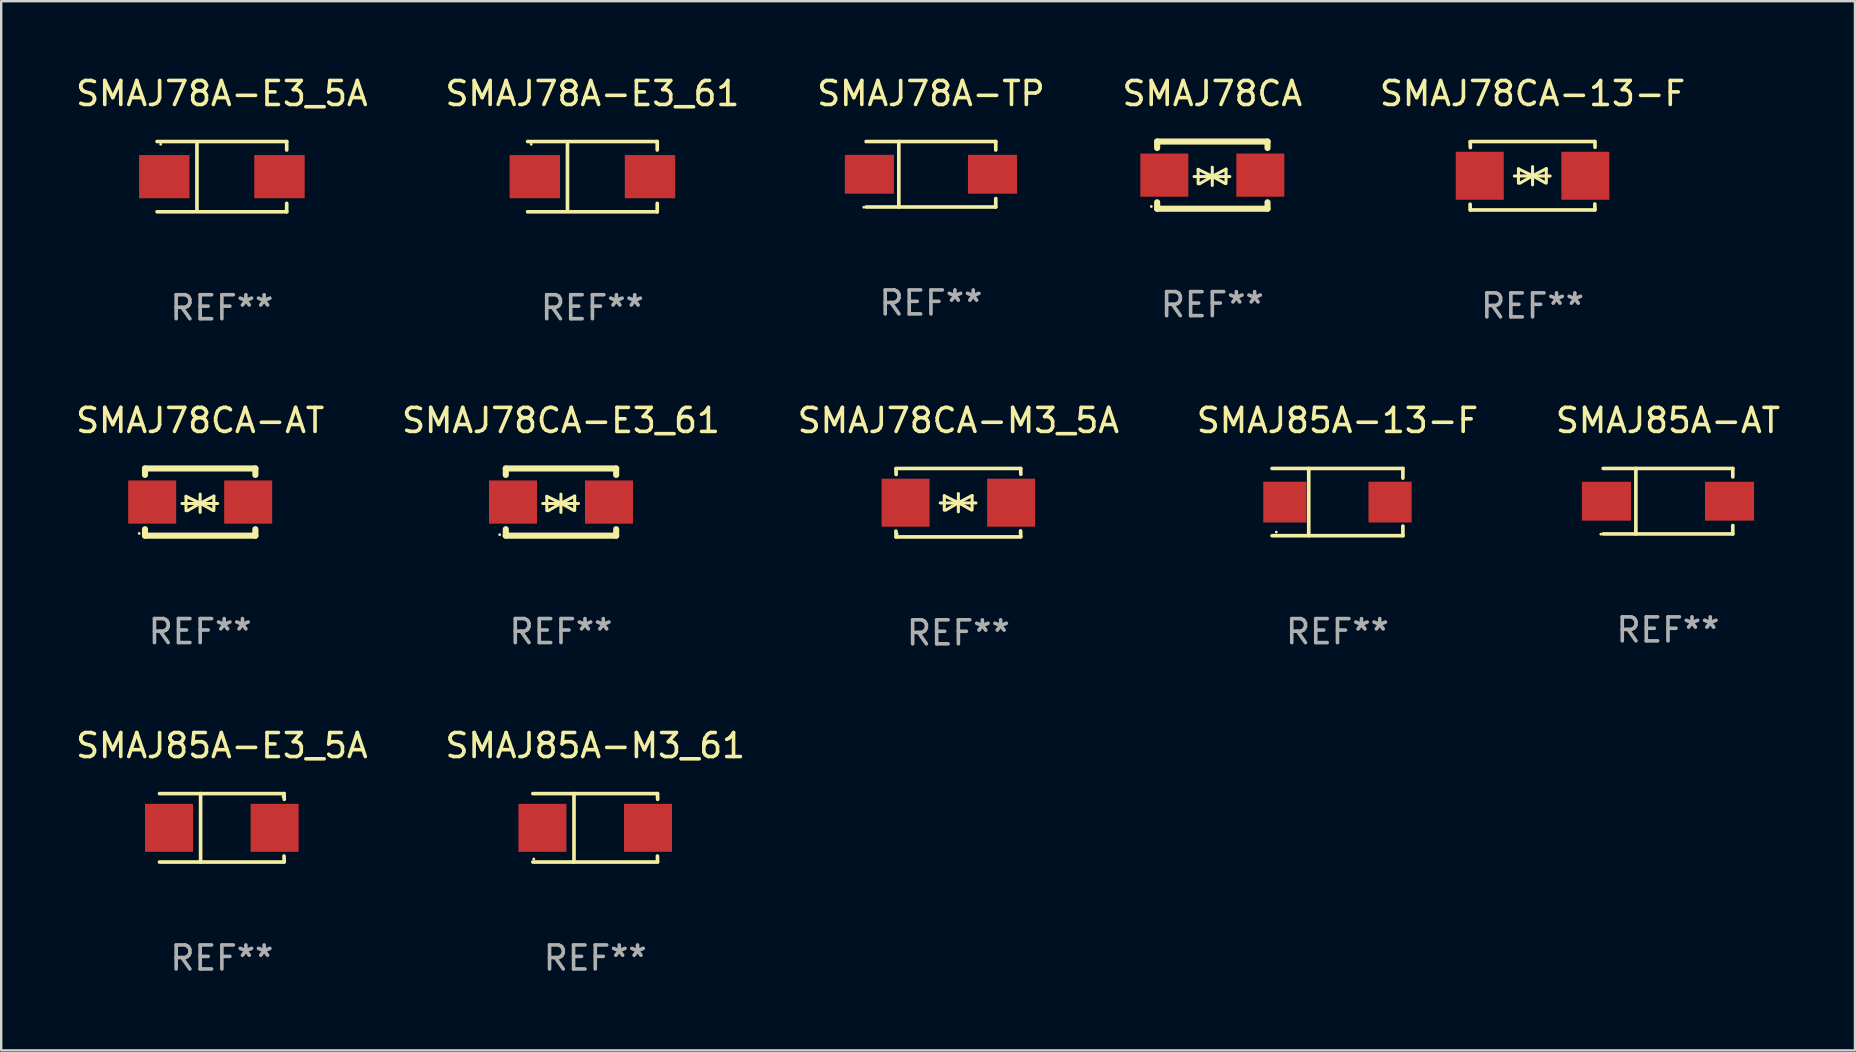
<source format=kicad_pcb>
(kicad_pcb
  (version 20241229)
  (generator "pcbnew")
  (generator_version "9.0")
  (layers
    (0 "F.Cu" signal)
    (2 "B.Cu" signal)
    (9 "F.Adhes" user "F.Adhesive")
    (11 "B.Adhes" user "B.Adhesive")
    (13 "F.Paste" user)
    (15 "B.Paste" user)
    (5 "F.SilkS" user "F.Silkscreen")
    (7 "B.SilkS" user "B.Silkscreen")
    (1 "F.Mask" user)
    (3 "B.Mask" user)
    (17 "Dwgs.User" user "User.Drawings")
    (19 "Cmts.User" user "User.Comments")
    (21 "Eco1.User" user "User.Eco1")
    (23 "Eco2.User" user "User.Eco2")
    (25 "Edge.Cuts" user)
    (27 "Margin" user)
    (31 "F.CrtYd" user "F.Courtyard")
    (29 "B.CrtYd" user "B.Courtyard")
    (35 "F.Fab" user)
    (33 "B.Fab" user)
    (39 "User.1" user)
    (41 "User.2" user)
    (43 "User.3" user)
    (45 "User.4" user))
  (footprint "SMAJ85A-E3_5A"
    (layer "F.Cu")
    (at 6.196 31.447)
    (property "Reference" "SMAJ85A-E3_5A" (at 0 -3.426 0) (layer "F.SilkS") (effects (font (size 1 1) (thickness 0.15))))
    (attr through_hole)
    (fp_line (start -2.6 -1.426) (end 2.593 -1.426) (stroke (width 0.152) (type solid)) (layer "F.SilkS"))
    (fp_line (start -2.6 1.426) (end 2.593 1.426) (stroke (width 0.152) (type solid)) (layer "F.SilkS"))
    (fp_line (start -0.887 -1.426) (end -0.887 1.426) (stroke (width 0.152) (type solid)) (layer "F.SilkS"))
    (fp_line (start 2.59 1.176) (end 2.597 1.415) (stroke (width 0.152) (type solid)) (layer "F.SilkS"))
    (fp_line (start 2.593 -1.426) (end 2.6 -1.187) (stroke (width 0.152) (type solid)) (layer "F.SilkS"))
    (fp_circle (center 2.547 -1.3) (end 2.577 -1.3) (stroke (width 0.06) (type solid)) (fill no) (layer "F.SilkS"))
    (fp_text user "REF**" (at 0 5.426 0) (layer "F.Fab") (effects (font (size 1 1) (thickness 0.15))))
    (pad "1" smd rect (at 2.197 -0.000025 180) (size 2 2) (layers "F.Cu" "F.Mask" "F.Paste"))
    (pad "2" smd rect (at -2.203 -0.000025 180) (size 2 2) (layers "F.Cu" "F.Mask" "F.Paste")))
  (footprint "SMAJ78CA"
    (layer "F.Cu")
    (at 47.47 4.248)
    (property "Reference" "SMAJ78CA" (at 0 -3.4 0) (layer "F.SilkS") (effects (font (size 1 1) (thickness 0.15))))
    (attr through_hole)
    (fp_line (start -2.3 -1.4) (end -2.3 -1.131) (stroke (width 0.254) (type solid)) (layer "F.SilkS"))
    (fp_line (start -2.3 -1.4) (end 2.3 -1.4) (stroke (width 0.254) (type solid)) (layer "F.SilkS"))
    (fp_line (start -2.3 1.131) (end -2.3 1.4) (stroke (width 0.254) (type solid)) (layer "F.SilkS"))
    (fp_line (start -2.3 1.4) (end 2.3 1.4) (stroke (width 0.254) (type solid)) (layer "F.SilkS"))
    (fp_line (start -0.76 0.06) (end 0.73 0.06) (stroke (width 0.127) (type solid)) (layer "F.SilkS"))
    (fp_line (start -0.59 -0.24) (end -0.59 0.36) (stroke (width 0.127) (type solid)) (layer "F.SilkS"))
    (fp_line (start -0.59 -0.24) (end -0.002 0.049) (stroke (width 0.127) (type solid)) (layer "F.SilkS"))
    (fp_line (start -0.53 0.36) (end -0.002 0.049) (stroke (width 0.127) (type solid)) (layer "F.SilkS"))
    (fp_line (start -0.002 0.049) (end -0.002 -0.332) (stroke (width 0.127) (type solid)) (layer "F.SilkS"))
    (fp_line (start -0.002 0.049) (end -0.002 0.43) (stroke (width 0.127) (type solid)) (layer "F.SilkS"))
    (fp_line (start 0.54 0.35) (end -0.002 0.049) (stroke (width 0.127) (type solid)) (layer "F.SilkS"))
    (fp_line (start 0.57 -0.25) (end -0.002 0.049) (stroke (width 0.127) (type solid)) (layer "F.SilkS"))
    (fp_line (start 0.57 -0.25) (end 0.57 0.35) (stroke (width 0.127) (type solid)) (layer "F.SilkS"))
    (fp_line (start 2.3 -1.4) (end 2.3 -1.131) (stroke (width 0.254) (type solid)) (layer "F.SilkS"))
    (fp_line (start 2.3 1.131) (end 2.3 1.4) (stroke (width 0.254) (type solid)) (layer "F.SilkS"))
    (fp_circle (center -2.542 1.308) (end -2.512 1.308) (stroke (width 0.06) (type solid)) (fill no) (layer "F.SilkS"))
    (fp_text user "REF**" (at 0 5.4 0) (layer "F.Fab") (effects (font (size 1 1) (thickness 0.15))))
    (pad "1" smd rect (at -2 0) (size 2 1.8) (layers "F.Cu" "F.Mask" "F.Paste"))
    (pad "2" smd rect (at 2 0) (size 2 1.8) (layers "F.Cu" "F.Mask" "F.Paste")))
  (footprint "SMAJ78A-E3_5A"
    (layer "F.Cu")
    (at 6.196 4.312)
    (property "Reference" "SMAJ78A-E3_5A" (at 0 -3.464 0) (layer "F.SilkS") (effects (font (size 1 1) (thickness 0.15))))
    (attr through_hole)
    (fp_line (start -2.701 -1.464) (end 2.701 -1.464) (stroke (width 0.152) (type solid)) (layer "F.SilkS"))
    (fp_line (start -2.701 1.464) (end 2.701 1.464) (stroke (width 0.152) (type solid)) (layer "F.SilkS"))
    (fp_line (start -1.039 -1.364) (end -1.039 1.364) (stroke (width 0.152) (type solid)) (layer "F.SilkS"))
    (fp_line (start 2.701 -1.464) (end 2.701 -1.113) (stroke (width 0.152) (type solid)) (layer "F.SilkS"))
    (fp_line (start 2.701 1.464) (end 2.701 1.113) (stroke (width 0.152) (type solid)) (layer "F.SilkS"))
    (fp_circle (center -2.55 -1.35) (end -2.52 -1.35) (stroke (width 0.06) (type solid)) (fill no) (layer "F.SilkS"))
    (fp_text user "REF**" (at 0 5.464 0) (layer "F.Fab") (effects (font (size 1 1) (thickness 0.15))))
    (pad "1" smd rect (at -2.4 0) (size 2.1 1.8) (layers "F.Cu" "F.Mask" "F.Paste"))
    (pad "2" smd rect (at 2.4 0) (size 2.1 1.8) (layers "F.Cu" "F.Mask" "F.Paste")))
  (footprint "SMAJ85A-M3_61"
    (layer "F.Cu")
    (at 21.756 31.447)
    (property "Reference" "SMAJ85A-M3_61" (at 0 -3.426 0) (layer "F.SilkS") (effects (font (size 1 1) (thickness 0.15))))
    (attr through_hole)
    (fp_line (start -2.6 -1.426) (end 2.593 -1.426) (stroke (width 0.152) (type solid)) (layer "F.SilkS"))
    (fp_line (start -2.6 1.426) (end 2.593 1.426) (stroke (width 0.152) (type solid)) (layer "F.SilkS"))
    (fp_line (start -0.887 -1.426) (end -0.887 1.426) (stroke (width 0.152) (type solid)) (layer "F.SilkS"))
    (fp_line (start 2.59 1.176) (end 2.597 1.415) (stroke (width 0.152) (type solid)) (layer "F.SilkS"))
    (fp_line (start 2.593 -1.426) (end 2.6 -1.187) (stroke (width 0.152) (type solid)) (layer "F.SilkS"))
    (fp_circle (center -2.563 1.3) (end -2.533 1.3) (stroke (width 0.06) (type solid)) (fill no) (layer "F.SilkS"))
    (fp_text user "REF**" (at 0 5.426 0) (layer "F.Fab") (effects (font (size 1 1) (thickness 0.15))))
    (pad "1" smd rect (at -2.203 -0.000025 180) (size 2 2) (layers "F.Cu" "F.Mask" "F.Paste"))
    (pad "2" smd rect (at 2.197 -0.000025 180) (size 2 2) (layers "F.Cu" "F.Mask" "F.Paste")))
  (footprint "SMAJ78CA-13-F"
    (layer "F.Cu")
    (at 60.815 4.274)
    (property "Reference" "SMAJ78CA-13-F" (at 0 -3.426 0) (layer "F.SilkS") (effects (font (size 1 1) (thickness 0.15))))
    (attr through_hole)
    (fp_line (start -2.596 -1.426) (end 2.596 -1.426) (stroke (width 0.152) (type solid)) (layer "F.SilkS"))
    (fp_line (start -2.596 1.426) (end -2.603 1.187) (stroke (width 0.152) (type solid)) (layer "F.SilkS"))
    (fp_line (start -2.596 1.426) (end 2.596 1.426) (stroke (width 0.152) (type solid)) (layer "F.SilkS"))
    (fp_line (start -2.593 -1.176) (end -2.6 -1.415) (stroke (width 0.152) (type solid)) (layer "F.SilkS"))
    (fp_line (start -0.758 0.011) (end 0.732 0.011) (stroke (width 0.127) (type solid)) (layer "F.SilkS"))
    (fp_line (start -0.588 -0.289) (end -0.588 0.311) (stroke (width 0.127) (type solid)) (layer "F.SilkS"))
    (fp_line (start -0.588 -0.289) (end 0 0) (stroke (width 0.127) (type solid)) (layer "F.SilkS"))
    (fp_line (start -0.528 0.311) (end 0 0) (stroke (width 0.127) (type solid)) (layer "F.SilkS"))
    (fp_line (start 0 0) (end 0 -0.381) (stroke (width 0.127) (type solid)) (layer "F.SilkS"))
    (fp_line (start 0 0) (end 0 0.381) (stroke (width 0.127) (type solid)) (layer "F.SilkS"))
    (fp_line (start 0.542 0.301) (end 0 0) (stroke (width 0.127) (type solid)) (layer "F.SilkS"))
    (fp_line (start 0.572 -0.299) (end 0 0) (stroke (width 0.127) (type solid)) (layer "F.SilkS"))
    (fp_line (start 0.572 -0.299) (end 0.572 0.301) (stroke (width 0.127) (type solid)) (layer "F.SilkS"))
    (fp_line (start 2.593 1.176) (end 2.6 1.415) (stroke (width 0.152) (type solid)) (layer "F.SilkS"))
    (fp_line (start 2.596 -1.426) (end 2.603 -1.187) (stroke (width 0.152) (type solid)) (layer "F.SilkS"))
    (fp_circle (center -2.605 1.3) (end -2.575 1.3) (stroke (width 0.06) (type solid)) (fill no) (layer "F.SilkS"))
    (fp_text user "REF**" (at 0 5.426 0) (layer "F.Fab") (effects (font (size 1 1) (thickness 0.15))))
    (pad "1" smd rect (at -2.2 0 180) (size 2 2) (layers "F.Cu" "F.Mask" "F.Paste"))
    (pad "2" smd rect (at 2.2 0 180) (size 2 2) (layers "F.Cu" "F.Mask" "F.Paste")))
  (footprint "SMAJ78A-TP"
    (layer "F.Cu")
    (at 35.744 4.212)
    (property "Reference" "SMAJ78A-TP" (at 0 -3.364 0) (layer "F.SilkS") (effects (font (size 1 1) (thickness 0.15))))
    (attr through_hole)
    (fp_line (start -2.701 -1.364) (end 2.701 -1.364) (stroke (width 0.152) (type solid)) (layer "F.SilkS"))
    (fp_line (start -2.701 1.364) (end 2.701 1.364) (stroke (width 0.152) (type solid)) (layer "F.SilkS"))
    (fp_line (start -1.339 -1.364) (end -1.339 1.364) (stroke (width 0.152) (type solid)) (layer "F.SilkS"))
    (fp_line (start 2.701 -1.364) (end 2.701 -1.013) (stroke (width 0.152) (type solid)) (layer "F.SilkS"))
    (fp_line (start 2.701 1.364) (end 2.701 1.013) (stroke (width 0.152) (type solid)) (layer "F.SilkS"))
    (fp_circle (center -2.8 1.375) (end -2.77 1.375) (stroke (width 0.06) (type solid)) (fill no) (layer "F.SilkS"))
    (fp_text user "REF**" (at 0 5.364 0) (layer "F.Fab") (effects (font (size 1 1) (thickness 0.15))))
    (pad "1" smd rect (at -2.565 -0.000025) (size 2.046 1.62) (layers "F.Cu" "F.Mask" "F.Paste"))
    (pad "2" smd rect (at 2.565 -0.000025) (size 2.046 1.62) (layers "F.Cu" "F.Mask" "F.Paste")))
  (footprint "SMAJ78CA-E3_61"
    (layer "F.Cu")
    (at 20.327 17.872)
    (property "Reference" "SMAJ78CA-E3_61" (at 0 -3.4 0) (layer "F.SilkS") (effects (font (size 1 1) (thickness 0.15))))
    (attr through_hole)
    (fp_line (start -2.3 -1.4) (end -2.3 -1.131) (stroke (width 0.254) (type solid)) (layer "F.SilkS"))
    (fp_line (start -2.3 -1.4) (end 2.3 -1.4) (stroke (width 0.254) (type solid)) (layer "F.SilkS"))
    (fp_line (start -2.3 1.131) (end -2.3 1.4) (stroke (width 0.254) (type solid)) (layer "F.SilkS"))
    (fp_line (start -2.3 1.4) (end 2.3 1.4) (stroke (width 0.254) (type solid)) (layer "F.SilkS"))
    (fp_line (start -0.76 0.06) (end 0.73 0.06) (stroke (width 0.127) (type solid)) (layer "F.SilkS"))
    (fp_line (start -0.59 -0.24) (end -0.59 0.36) (stroke (width 0.127) (type solid)) (layer "F.SilkS"))
    (fp_line (start -0.59 -0.24) (end -0.002 0.049) (stroke (width 0.127) (type solid)) (layer "F.SilkS"))
    (fp_line (start -0.53 0.36) (end -0.002 0.049) (stroke (width 0.127) (type solid)) (layer "F.SilkS"))
    (fp_line (start -0.002 0.049) (end -0.002 -0.332) (stroke (width 0.127) (type solid)) (layer "F.SilkS"))
    (fp_line (start -0.002 0.049) (end -0.002 0.43) (stroke (width 0.127) (type solid)) (layer "F.SilkS"))
    (fp_line (start 0.54 0.35) (end -0.002 0.049) (stroke (width 0.127) (type solid)) (layer "F.SilkS"))
    (fp_line (start 0.57 -0.25) (end -0.002 0.049) (stroke (width 0.127) (type solid)) (layer "F.SilkS"))
    (fp_line (start 0.57 -0.25) (end 0.57 0.35) (stroke (width 0.127) (type solid)) (layer "F.SilkS"))
    (fp_line (start 2.3 -1.4) (end 2.3 -1.131) (stroke (width 0.254) (type solid)) (layer "F.SilkS"))
    (fp_line (start 2.3 1.131) (end 2.3 1.4) (stroke (width 0.254) (type solid)) (layer "F.SilkS"))
    (fp_circle (center -2.555 1.358) (end -2.525 1.358) (stroke (width 0.06) (type solid)) (fill no) (layer "F.SilkS"))
    (fp_text user "REF**" (at 0 5.4 0) (layer "F.Fab") (effects (font (size 1 1) (thickness 0.15))))
    (pad "1" smd rect (at -2 -0.000025) (size 2 1.8) (layers "F.Cu" "F.Mask" "F.Paste"))
    (pad "2" smd rect (at 2 -0.000025) (size 2 1.8) (layers "F.Cu" "F.Mask" "F.Paste")))
  (footprint "SMAJ85A-13-F"
    (layer "F.Cu")
    (at 52.685 17.873)
    (property "Reference" "SMAJ85A-13-F" (at 0 -3.401 0) (layer "F.SilkS") (effects (font (size 1 1) (thickness 0.15))))
    (attr through_hole)
    (fp_line (start -2.726 -1.401) (end 2.726 -1.401) (stroke (width 0.152) (type solid)) (layer "F.SilkS"))
    (fp_line (start -2.726 1.401) (end 2.726 1.401) (stroke (width 0.152) (type solid)) (layer "F.SilkS"))
    (fp_line (start -1.197 -1.401) (end -1.197 1.401) (stroke (width 0.152) (type solid)) (layer "F.SilkS"))
    (fp_line (start 2.726 -1.401) (end 2.726 -1) (stroke (width 0.152) (type solid)) (layer "F.SilkS"))
    (fp_line (start 2.726 1.401) (end 2.726 1) (stroke (width 0.152) (type solid)) (layer "F.SilkS"))
    (fp_circle (center -2.55 1.25) (end -2.52 1.25) (stroke (width 0.06) (type solid)) (fill no) (layer "F.SilkS"))
    (fp_text user "REF**" (at 0 5.401 0) (layer "F.Fab") (effects (font (size 1 1) (thickness 0.15))))
    (pad "1" smd rect (at -2.192 0) (size 1.8 1.7) (layers "F.Cu" "F.Mask" "F.Paste"))
    (pad "2" smd rect (at 2.192 0) (size 1.8 1.7) (layers "F.Cu" "F.Mask" "F.Paste")))
  (footprint "SMAJ85A-AT"
    (layer "F.Cu")
    (at 66.458 17.836)
    (property "Reference" "SMAJ85A-AT" (at 0 -3.364 0) (layer "F.SilkS") (effects (font (size 1 1) (thickness 0.15))))
    (attr through_hole)
    (fp_line (start -2.701 -1.364) (end 2.701 -1.364) (stroke (width 0.152) (type solid)) (layer "F.SilkS"))
    (fp_line (start -2.701 1.364) (end 2.701 1.364) (stroke (width 0.152) (type solid)) (layer "F.SilkS"))
    (fp_line (start -1.339 -1.364) (end -1.339 1.364) (stroke (width 0.152) (type solid)) (layer "F.SilkS"))
    (fp_line (start 2.701 -1.364) (end 2.701 -1.013) (stroke (width 0.152) (type solid)) (layer "F.SilkS"))
    (fp_line (start 2.701 1.364) (end 2.701 1.013) (stroke (width 0.152) (type solid)) (layer "F.SilkS"))
    (fp_circle (center -2.8 1.375) (end -2.77 1.375) (stroke (width 0.06) (type solid)) (fill no) (layer "F.SilkS"))
    (fp_text user "REF**" (at 0 5.364 0) (layer "F.Fab") (effects (font (size 1 1) (thickness 0.15))))
    (pad "1" smd rect (at -2.565 -0.000025) (size 2.046 1.62) (layers "F.Cu" "F.Mask" "F.Paste"))
    (pad "2" smd rect (at 2.565 -0.000025) (size 2.046 1.62) (layers "F.Cu" "F.Mask" "F.Paste")))
  (footprint "SMAJ78CA-M3_5A"
    (layer "F.Cu")
    (at 36.887 17.898)
    (property "Reference" "SMAJ78CA-M3_5A" (at 0 -3.426 0) (layer "F.SilkS") (effects (font (size 1 1) (thickness 0.15))))
    (attr through_hole)
    (fp_line (start -2.596 -1.426) (end 2.596 -1.426) (stroke (width 0.152) (type solid)) (layer "F.SilkS"))
    (fp_line (start -2.596 1.426) (end -2.603 1.187) (stroke (width 0.152) (type solid)) (layer "F.SilkS"))
    (fp_line (start -2.596 1.426) (end 2.596 1.426) (stroke (width 0.152) (type solid)) (layer "F.SilkS"))
    (fp_line (start -2.593 -1.176) (end -2.6 -1.415) (stroke (width 0.152) (type solid)) (layer "F.SilkS"))
    (fp_line (start -0.758 0.011) (end 0.732 0.011) (stroke (width 0.127) (type solid)) (layer "F.SilkS"))
    (fp_line (start -0.588 -0.289) (end -0.588 0.311) (stroke (width 0.127) (type solid)) (layer "F.SilkS"))
    (fp_line (start -0.588 -0.289) (end 0 0) (stroke (width 0.127) (type solid)) (layer "F.SilkS"))
    (fp_line (start -0.528 0.311) (end 0 0) (stroke (width 0.127) (type solid)) (layer "F.SilkS"))
    (fp_line (start 0 0) (end 0 -0.381) (stroke (width 0.127) (type solid)) (layer "F.SilkS"))
    (fp_line (start 0 0) (end 0 0.381) (stroke (width 0.127) (type solid)) (layer "F.SilkS"))
    (fp_line (start 0.542 0.301) (end 0 0) (stroke (width 0.127) (type solid)) (layer "F.SilkS"))
    (fp_line (start 0.572 -0.299) (end 0 0) (stroke (width 0.127) (type solid)) (layer "F.SilkS"))
    (fp_line (start 0.572 -0.299) (end 0.572 0.301) (stroke (width 0.127) (type solid)) (layer "F.SilkS"))
    (fp_line (start 2.593 1.176) (end 2.6 1.415) (stroke (width 0.152) (type solid)) (layer "F.SilkS"))
    (fp_line (start 2.596 -1.426) (end 2.603 -1.187) (stroke (width 0.152) (type solid)) (layer "F.SilkS"))
    (fp_circle (center -2.55 1.3) (end -2.52 1.3) (stroke (width 0.06) (type solid)) (fill no) (layer "F.SilkS"))
    (fp_text user "REF**" (at 0 5.426 0) (layer "F.Fab") (effects (font (size 1 1) (thickness 0.15))))
    (pad "1" smd rect (at -2.2 0 180) (size 2 2) (layers "F.Cu" "F.Mask" "F.Paste"))
    (pad "2" smd rect (at 2.2 0 180) (size 2 2) (layers "F.Cu" "F.Mask" "F.Paste")))
  (footprint "SMAJ78CA-AT"
    (layer "F.Cu")
    (at 5.292 17.872)
    (property "Reference" "SMAJ78CA-AT" (at 0 -3.4 0) (layer "F.SilkS") (effects (font (size 1 1) (thickness 0.15))))
    (attr through_hole)
    (fp_line (start -2.3 -1.4) (end -2.3 -1.131) (stroke (width 0.254) (type solid)) (layer "F.SilkS"))
    (fp_line (start -2.3 -1.4) (end 2.3 -1.4) (stroke (width 0.254) (type solid)) (layer "F.SilkS"))
    (fp_line (start -2.3 1.131) (end -2.3 1.4) (stroke (width 0.254) (type solid)) (layer "F.SilkS"))
    (fp_line (start -2.3 1.4) (end 2.3 1.4) (stroke (width 0.254) (type solid)) (layer "F.SilkS"))
    (fp_line (start -0.76 0.06) (end 0.73 0.06) (stroke (width 0.127) (type solid)) (layer "F.SilkS"))
    (fp_line (start -0.59 -0.24) (end -0.59 0.36) (stroke (width 0.127) (type solid)) (layer "F.SilkS"))
    (fp_line (start -0.59 -0.24) (end -0.002 0.049) (stroke (width 0.127) (type solid)) (layer "F.SilkS"))
    (fp_line (start -0.53 0.36) (end -0.002 0.049) (stroke (width 0.127) (type solid)) (layer "F.SilkS"))
    (fp_line (start -0.002 0.049) (end -0.002 -0.332) (stroke (width 0.127) (type solid)) (layer "F.SilkS"))
    (fp_line (start -0.002 0.049) (end -0.002 0.43) (stroke (width 0.127) (type solid)) (layer "F.SilkS"))
    (fp_line (start 0.54 0.35) (end -0.002 0.049) (stroke (width 0.127) (type solid)) (layer "F.SilkS"))
    (fp_line (start 0.57 -0.25) (end -0.002 0.049) (stroke (width 0.127) (type solid)) (layer "F.SilkS"))
    (fp_line (start 0.57 -0.25) (end 0.57 0.35) (stroke (width 0.127) (type solid)) (layer "F.SilkS"))
    (fp_line (start 2.3 -1.4) (end 2.3 -1.131) (stroke (width 0.254) (type solid)) (layer "F.SilkS"))
    (fp_line (start 2.3 1.131) (end 2.3 1.4) (stroke (width 0.254) (type solid)) (layer "F.SilkS"))
    (fp_circle (center -2.542 1.308) (end -2.512 1.308) (stroke (width 0.06) (type solid)) (fill no) (layer "F.SilkS"))
    (fp_text user "REF**" (at 0 5.4 0) (layer "F.Fab") (effects (font (size 1 1) (thickness 0.15))))
    (pad "1" smd rect (at -2 0) (size 2 1.8) (layers "F.Cu" "F.Mask" "F.Paste"))
    (pad "2" smd rect (at 2 0) (size 2 1.8) (layers "F.Cu" "F.Mask" "F.Paste")))
  (footprint "SMAJ78A-E3_61"
    (layer "F.Cu")
    (at 21.637 4.312)
    (property "Reference" "SMAJ78A-E3_61" (at 0 -3.464 0) (layer "F.SilkS") (effects (font (size 1 1) (thickness 0.15))))
    (attr through_hole)
    (fp_line (start -2.701 -1.464) (end 2.701 -1.464) (stroke (width 0.152) (type solid)) (layer "F.SilkS"))
    (fp_line (start -2.701 1.464) (end 2.701 1.464) (stroke (width 0.152) (type solid)) (layer "F.SilkS"))
    (fp_line (start -1.039 -1.364) (end -1.039 1.364) (stroke (width 0.152) (type solid)) (layer "F.SilkS"))
    (fp_line (start 2.701 -1.464) (end 2.701 -1.113) (stroke (width 0.152) (type solid)) (layer "F.SilkS"))
    (fp_line (start 2.701 1.464) (end 2.701 1.113) (stroke (width 0.152) (type solid)) (layer "F.SilkS"))
    (fp_circle (center -2.55 -1.35) (end -2.52 -1.35) (stroke (width 0.06) (type solid)) (fill no) (layer "F.SilkS"))
    (fp_text user "REF**" (at 0 5.464 0) (layer "F.Fab") (effects (font (size 1 1) (thickness 0.15))))
    (pad "1" smd rect (at -2.4 0) (size 2.1 1.8) (layers "F.Cu" "F.Mask" "F.Paste"))
    (pad "2" smd rect (at 2.4 0) (size 2.1 1.8) (layers "F.Cu" "F.Mask" "F.Paste")))
  (gr_rect
    (start -3 -3)
    (end 74.25 40.722)
    (stroke (width 0.1) (type default))
    (fill no)
    (layer "Edge.Cuts")))
</source>
